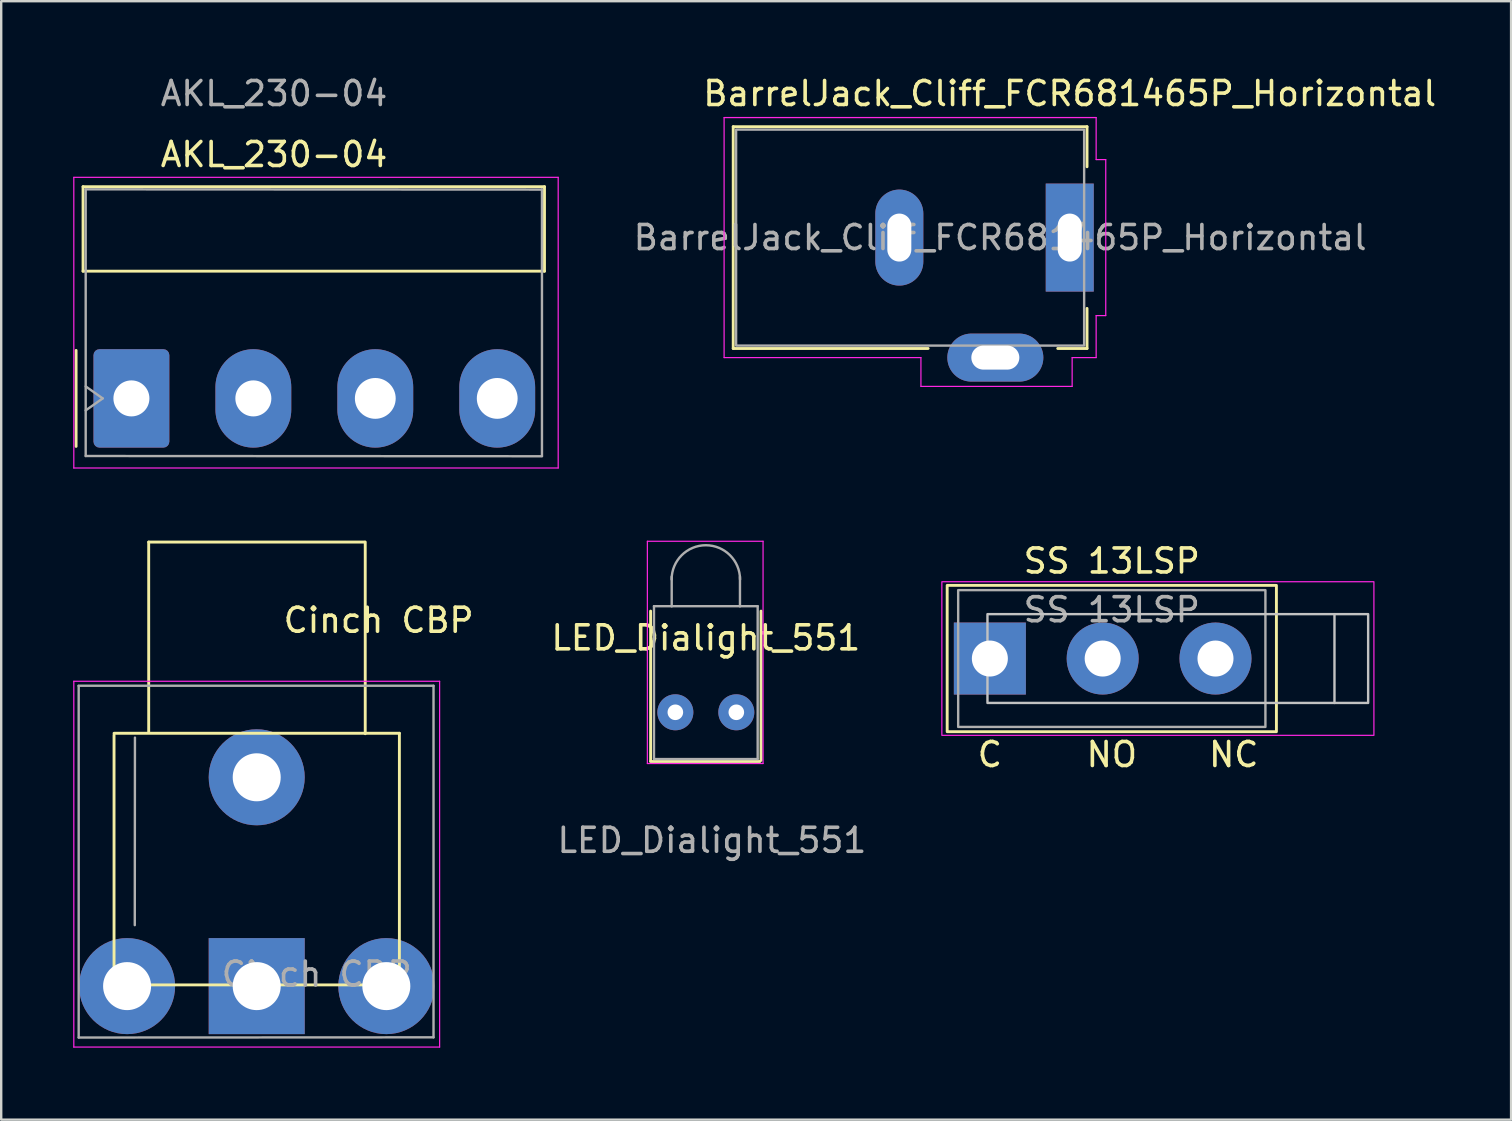
<source format=kicad_pcb>
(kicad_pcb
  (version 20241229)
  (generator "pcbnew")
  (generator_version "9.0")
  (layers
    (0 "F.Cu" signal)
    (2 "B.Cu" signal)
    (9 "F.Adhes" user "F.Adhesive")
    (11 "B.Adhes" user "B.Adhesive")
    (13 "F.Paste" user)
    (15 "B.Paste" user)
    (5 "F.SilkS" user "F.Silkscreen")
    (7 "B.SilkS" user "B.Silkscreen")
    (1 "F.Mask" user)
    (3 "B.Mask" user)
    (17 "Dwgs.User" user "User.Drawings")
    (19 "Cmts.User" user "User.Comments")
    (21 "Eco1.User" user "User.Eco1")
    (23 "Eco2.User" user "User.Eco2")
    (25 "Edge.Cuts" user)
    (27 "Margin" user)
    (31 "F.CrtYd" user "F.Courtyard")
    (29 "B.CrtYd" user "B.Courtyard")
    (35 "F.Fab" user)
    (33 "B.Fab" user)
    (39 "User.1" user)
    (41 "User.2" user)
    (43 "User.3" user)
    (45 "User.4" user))
  (footprint "AKL_230-04"
    (layer "F.Cu")
    (at 2.425 13.548)
    (property "Reference" "AKL_230-04" (at 5.94 -10.16 0) (layer "F.SilkS") (effects (font (size 1 1) (thickness 0.15))))
    (attr through_hole)
    (fp_line (start -2.305 -2) (end -2.305 2) (stroke (width 0.12) (type solid)) (layer "F.SilkS"))
    (fp_line (start -2.015 -8.82) (end 17.209 -8.82) (stroke (width 0.12) (type solid)) (layer "F.SilkS"))
    (fp_line (start -2.015 -5.3) (end -2.015 -8.82) (stroke (width 0.12) (type solid)) (layer "F.SilkS"))
    (fp_line (start 17.209 -8.82) (end 17.209 -5.3) (stroke (width 0.12) (type solid)) (layer "F.SilkS"))
    (fp_line (start 17.209 -5.3) (end -2.015 -5.3) (stroke (width 0.12) (type solid)) (layer "F.SilkS"))
    (fp_line (start -2.4 -9.21) (end -2.4 2.9) (stroke (width 0.05) (type solid)) (layer "F.CrtYd"))
    (fp_line (start -2.4 2.9) (end 17.78 2.9) (stroke (width 0.05) (type solid)) (layer "F.CrtYd"))
    (fp_line (start 17.78 -9.21) (end -2.4 -9.21) (stroke (width 0.05) (type solid)) (layer "F.CrtYd"))
    (fp_line (start 17.78 2.9) (end 17.78 -9.21) (stroke (width 0.05) (type solid)) (layer "F.CrtYd"))
    (fp_line (start -1.905 -8.71) (end 17.104 -8.7) (stroke (width 0.1) (type solid)) (layer "F.Fab"))
    (fp_line (start -1.905 -0.5) (end -1.198 0) (stroke (width 0.1) (type solid)) (layer "F.Fab"))
    (fp_line (start -1.905 2.4) (end -1.905 -8.71) (stroke (width 0.1) (type solid)) (layer "F.Fab"))
    (fp_line (start -1.198 0) (end -1.905 0.5) (stroke (width 0.1) (type solid)) (layer "F.Fab"))
    (fp_line (start 17.104 -8.71) (end 17.104 2.4) (stroke (width 0.1) (type solid)) (layer "F.Fab"))
    (fp_line (start 17.104 2.41) (end -1.905 2.4) (stroke (width 0.1) (type solid)) (layer "F.Fab"))
    (fp_text user "${REFERENCE}" (at 5.94 -12.7 0) (layer "F.Fab") (effects (font (size 1 1) (thickness 0.15))))
    (pad "1" thru_hole roundrect (at 0 0) (size 3.16 4.1) (drill 1.5) (layers "*.Cu" "*.Mask") (roundrect_rratio 0.079))
    (pad "2" thru_hole oval (at 5.08 0) (size 3.16 4.1) (drill 1.5) (layers "*.Cu" "*.Mask"))
    (pad "3" thru_hole oval (at 10.16 0) (size 3.16 4.1) (drill 1.7) (layers "*.Cu" "*.Mask"))
    (pad "4" thru_hole oval (at 15.24 0) (size 3.16 4.1) (drill 1.7) (layers "*.Cu" "*.Mask")))
  (footprint "LED_Dialight_551"
    (layer "F.Cu")
    (at 26.356 26.625)
    (property "Reference" "LED_Dialight_551" (at 0 -3.1 0) (layer "F.SilkS") (effects (font (size 1 1) (thickness 0.15))))
    (attr through_hole)
    (fp_line (start -2.306 2.05) (end 2.254 2.05) (stroke (width 0.12) (type solid)) (layer "F.SilkS"))
    (fp_line (start -2.3 2) (end -2.3 -4.216) (stroke (width 0.12) (type solid)) (layer "F.SilkS"))
    (fp_line (start 2.3 2) (end 2.3 -4.216) (stroke (width 0.12) (type solid)) (layer "F.SilkS"))
    (fp_line (start -2.436 -7.126) (end 2.384 -7.126) (stroke (width 0.05) (type solid)) (layer "F.CrtYd"))
    (fp_line (start -2.436 2.134) (end -2.436 -7.126) (stroke (width 0.05) (type solid)) (layer "F.CrtYd"))
    (fp_line (start 2.384 2.134) (end -2.436 2.134) (stroke (width 0.05) (type solid)) (layer "F.CrtYd"))
    (fp_line (start 2.384 2.134) (end 2.384 -7.126) (stroke (width 0.05) (type solid)) (layer "F.CrtYd"))
    (fp_line (start -2.16 -4.42) (end 2.16 -4.42) (stroke (width 0.1) (type solid)) (layer "F.Fab"))
    (fp_line (start -2.16 1.93) (end -2.16 -4.42) (stroke (width 0.1) (type solid)) (layer "F.Fab"))
    (fp_line (start -2.16 1.95) (end 2.16 1.95) (stroke (width 0.1) (type solid)) (layer "F.Fab"))
    (fp_line (start -1.422 -4.412) (end -1.422 -5.647) (stroke (width 0.1) (type solid)) (layer "F.Fab"))
    (fp_line (start 1.422 -4.412) (end 1.422 -5.647) (stroke (width 0.1) (type solid)) (layer "F.Fab"))
    (fp_line (start 2.16 1.93) (end 2.16 -4.42) (stroke (width 0.1) (type solid)) (layer "F.Fab"))
    (fp_arc (start -1.425 -5.5346) (mid 0 -6.9596) (end 1.425 -5.5346) (stroke (width 0.1) (type solid)) (layer "F.Fab"))
    (fp_text user "${REFERENCE}" (at 0.254 5.334 0) (layer "F.Fab") (effects (font (size 1 1) (thickness 0.15))))
    (pad "1" thru_hole circle (at -1.27 0) (size 1.5 1.5) (drill 0.65) (layers "*.Cu" "*.Mask"))
    (pad "2" thru_hole circle (at 1.27 0) (size 1.5 1.5) (drill 0.65) (layers "*.Cu" "*.Mask")))
  (footprint "BarrelJack_Cliff_FCR681465P_Horizontal"
    (layer "F.Cu")
    (at 41.517 6.848)
    (property "Reference" "BarrelJack_Cliff_FCR681465P_Horizontal" (at 0 -6 0) (unlocked yes) (layer "F.SilkS") (effects (font (size 1 1) (thickness 0.15))))
    (attr through_hole)
    (fp_line (start -14.02 -4.62) (end -14.02 4.62) (stroke (width 0.12) (type solid)) (layer "F.SilkS"))
    (fp_line (start -14.02 4.62) (end -5.9 4.62) (stroke (width 0.12) (type solid)) (layer "F.SilkS"))
    (fp_line (start -0.5 4.62) (end 0.72 4.62) (stroke (width 0.12) (type solid)) (layer "F.SilkS"))
    (fp_line (start 0.72 -4.62) (end -14.02 -4.62) (stroke (width 0.12) (type solid)) (layer "F.SilkS"))
    (fp_line (start 0.72 -2.95) (end 0.72 -4.62) (stroke (width 0.12) (type solid)) (layer "F.SilkS"))
    (fp_line (start 0.72 4.62) (end 0.72 2.95) (stroke (width 0.12) (type solid)) (layer "F.SilkS"))
    (fp_line (start -14.4 -5) (end 1.1 -5) (stroke (width 0.05) (type solid)) (layer "F.CrtYd"))
    (fp_line (start -14.4 5) (end -14.4 -5) (stroke (width 0.05) (type solid)) (layer "F.CrtYd"))
    (fp_line (start -6.2 5) (end -14.4 5) (stroke (width 0.05) (type solid)) (layer "F.CrtYd"))
    (fp_line (start -6.2 6.2) (end -6.2 5) (stroke (width 0.05) (type solid)) (layer "F.CrtYd"))
    (fp_line (start 0.1 5) (end 0.1 6.2) (stroke (width 0.05) (type solid)) (layer "F.CrtYd"))
    (fp_line (start 0.1 6.2) (end -6.2 6.2) (stroke (width 0.05) (type solid)) (layer "F.CrtYd"))
    (fp_line (start 1.1 -5) (end 1.1 -3.25) (stroke (width 0.05) (type solid)) (layer "F.CrtYd"))
    (fp_line (start 1.1 -3.25) (end 1.5 -3.25) (stroke (width 0.05) (type solid)) (layer "F.CrtYd"))
    (fp_line (start 1.1 3.25) (end 1.1 5) (stroke (width 0.05) (type solid)) (layer "F.CrtYd"))
    (fp_line (start 1.1 5) (end 0.1 5) (stroke (width 0.05) (type solid)) (layer "F.CrtYd"))
    (fp_line (start 1.5 -3.25) (end 1.5 3.25) (stroke (width 0.05) (type solid)) (layer "F.CrtYd"))
    (fp_line (start 1.5 3.25) (end 1.1 3.25) (stroke (width 0.05) (type solid)) (layer "F.CrtYd"))
    (fp_rect (start -13.9 -4.5) (end 0.6 4.5) (stroke (width 0.1) (type solid)) (fill no) (layer "F.Fab"))
    (fp_text user "${REFERENCE}" (at -2.9 0 0) (unlocked yes) (layer "F.Fab") (effects (font (size 1 1) (thickness 0.15))))
    (pad "1" thru_hole rect (at 0 0) (size 2 4.5) (drill oval 1 2) (layers "*.Cu" "*.Mask"))
    (pad "2" thru_hole oval (at -3.1 5 90) (size 2 4) (drill oval 1 2) (layers "*.Cu" "*.Mask"))
    (pad "3" thru_hole oval (at -7.1 0) (size 2 4) (drill oval 1 2) (layers "*.Cu" "*.Mask")))
  (footprint "Cinch CBP"
    (layer "F.Cu")
    (at 7.645 38.033)
    (property "Reference" "Cinch CBP" (at 5.08 -15.24 0) (layer "F.SilkS") (effects (font (size 1 1) (thickness 0.15))))
    (attr through_hole)
    (fp_line (start -5.944 -10.534) (end 5.944 -10.534) (stroke (width 0.12) (type solid)) (layer "F.SilkS"))
    (fp_line (start -5.944 -10.465) (end -5.944 -0.065) (stroke (width 0.12) (type solid)) (layer "F.SilkS"))
    (fp_line (start -5.902 -0.051) (end 5.698 -0.051) (stroke (width 0.12) (type solid)) (layer "F.SilkS"))
    (fp_line (start -4.5 -18.5) (end -4.5 -10.566) (stroke (width 0.12) (type solid)) (layer "F.SilkS"))
    (fp_line (start -4.5 -18.5) (end 4.5 -18.5) (stroke (width 0.12) (type solid)) (layer "F.SilkS"))
    (fp_line (start 4.521 -18.5) (end 4.521 -10.516) (stroke (width 0.12) (type solid)) (layer "F.SilkS"))
    (fp_line (start 5.944 -10.534) (end 5.944 -0.134) (stroke (width 0.12) (type solid)) (layer "F.SilkS"))
    (fp_line (start -7.62 -12.7) (end -7.62 2.54) (stroke (width 0.05) (type solid)) (layer "F.CrtYd"))
    (fp_line (start -7.62 -12.7) (end 7.62 -12.7) (stroke (width 0.05) (type solid)) (layer "F.CrtYd"))
    (fp_line (start -7.62 2.54) (end 7.62 2.54) (stroke (width 0.05) (type solid)) (layer "F.CrtYd"))
    (fp_line (start 7.62 -12.7) (end 7.62 2.54) (stroke (width 0.05) (type solid)) (layer "F.CrtYd"))
    (fp_line (start -7.425 -12.515) (end 7.366 -12.513) (stroke (width 0.1) (type solid)) (layer "F.Fab"))
    (fp_line (start -7.417 -12.505) (end -7.417 2.142) (stroke (width 0.1) (type solid)) (layer "F.Fab"))
    (fp_line (start -5.08 -2.54) (end -5.073 -10.353) (stroke (width 0.1) (type solid)) (layer "F.Fab"))
    (fp_line (start 7.366 -12.513) (end 7.366 2.134) (stroke (width 0.1) (type solid)) (layer "F.Fab"))
    (fp_line (start 7.366 2.134) (end -7.417 2.142) (stroke (width 0.1) (type solid)) (layer "F.Fab"))
    (fp_text user "${REFERENCE}" (at 2.5 -0.5 0) (layer "F.Fab") (effects (font (size 1 1) (thickness 0.15))))
    (pad "1" thru_hole rect (at 0 0) (size 4 4) (drill 2) (layers "*.Cu" "*.Mask"))
    (pad "2" thru_hole circle (at -5.4 0) (size 4 4) (drill 2) (layers "*.Cu" "*.Mask"))
    (pad "2" thru_hole circle (at 0 -8.7) (size 4 4) (drill 2) (layers "*.Cu" "*.Mask"))
    (pad "2" thru_hole circle (at 5.4 0) (size 4 4) (drill 2) (layers "*.Cu" "*.Mask")))
  (footprint "SS 13LSP"
    (layer "F.Cu")
    (at 38.189 24.386)
    (property "Reference" "SS 13LSP" (at 5.08 -4.064 0) (unlocked yes) (layer "F.SilkS") (effects (font (size 1 1) (thickness 0.15))))
    (property "Datasheet" "" (at 0 0 0) (unlocked yes) (layer "F.Fab") (effects (font (size 1.27 1.27) (thickness 0.15))))
    (property "Description" "" (at 0 0 0) (unlocked yes) (layer "F.Fab") (effects (font (size 1.27 1.27) (thickness 0.15))))
    (attr through_hole)
    (fp_rect (start 11.938 -3.048) (end -1.778 3.048) (stroke (width 0.12) (type solid)) (fill no) (layer "F.SilkS"))
    (fp_line (start 14.357 -1.85) (end 14.357 1.85) (stroke (width 0.1) (type default)) (layer "Dwgs.User"))
    (fp_rect (start 15.76 1.85) (end -0.1 -1.85) (stroke (width 0.1) (type solid)) (fill no) (layer "Dwgs.User"))
    (fp_rect (start -2 -3.2) (end 16 3.2) (stroke (width 0.05) (type solid)) (fill no) (layer "F.CrtYd"))
    (fp_rect (start -1.32 -2.85) (end 11.48 2.85) (stroke (width 0.1) (type default)) (fill no) (layer "F.Fab"))
    (fp_text user "C" (at 0 4 0) (unlocked yes) (layer "F.SilkS") (effects (font (size 1 1) (thickness 0.15))))
    (fp_text user "NC" (at 10.16 4 0) (unlocked yes) (layer "F.SilkS") (effects (font (size 1 1) (thickness 0.15))))
    (fp_text user "NO" (at 5.08 4 0) (unlocked yes) (layer "F.SilkS") (effects (font (size 1 1) (thickness 0.15))))
    (fp_text user "${REFERENCE}" (at 5.08 -2.032 0) (unlocked yes) (layer "F.Fab") (effects (font (size 1 1) (thickness 0.15))))
    (pad "1" thru_hole rect (at 0 0) (size 3 3) (drill 1.5) (layers "*.Cu" "*.Mask"))
    (pad "2" thru_hole circle (at 4.7 0) (size 3 3) (drill 1.5) (layers "*.Cu" "*.Mask"))
    (pad "3" thru_hole circle (at 9.4 0) (size 3 3) (drill 1.5) (layers "*.Cu" "*.Mask")))
  (gr_rect
    (start -3 -3)
    (end 59.904 43.598)
    (stroke (width 0.1) (type default))
    (fill no)
    (layer "Edge.Cuts")))
</source>
